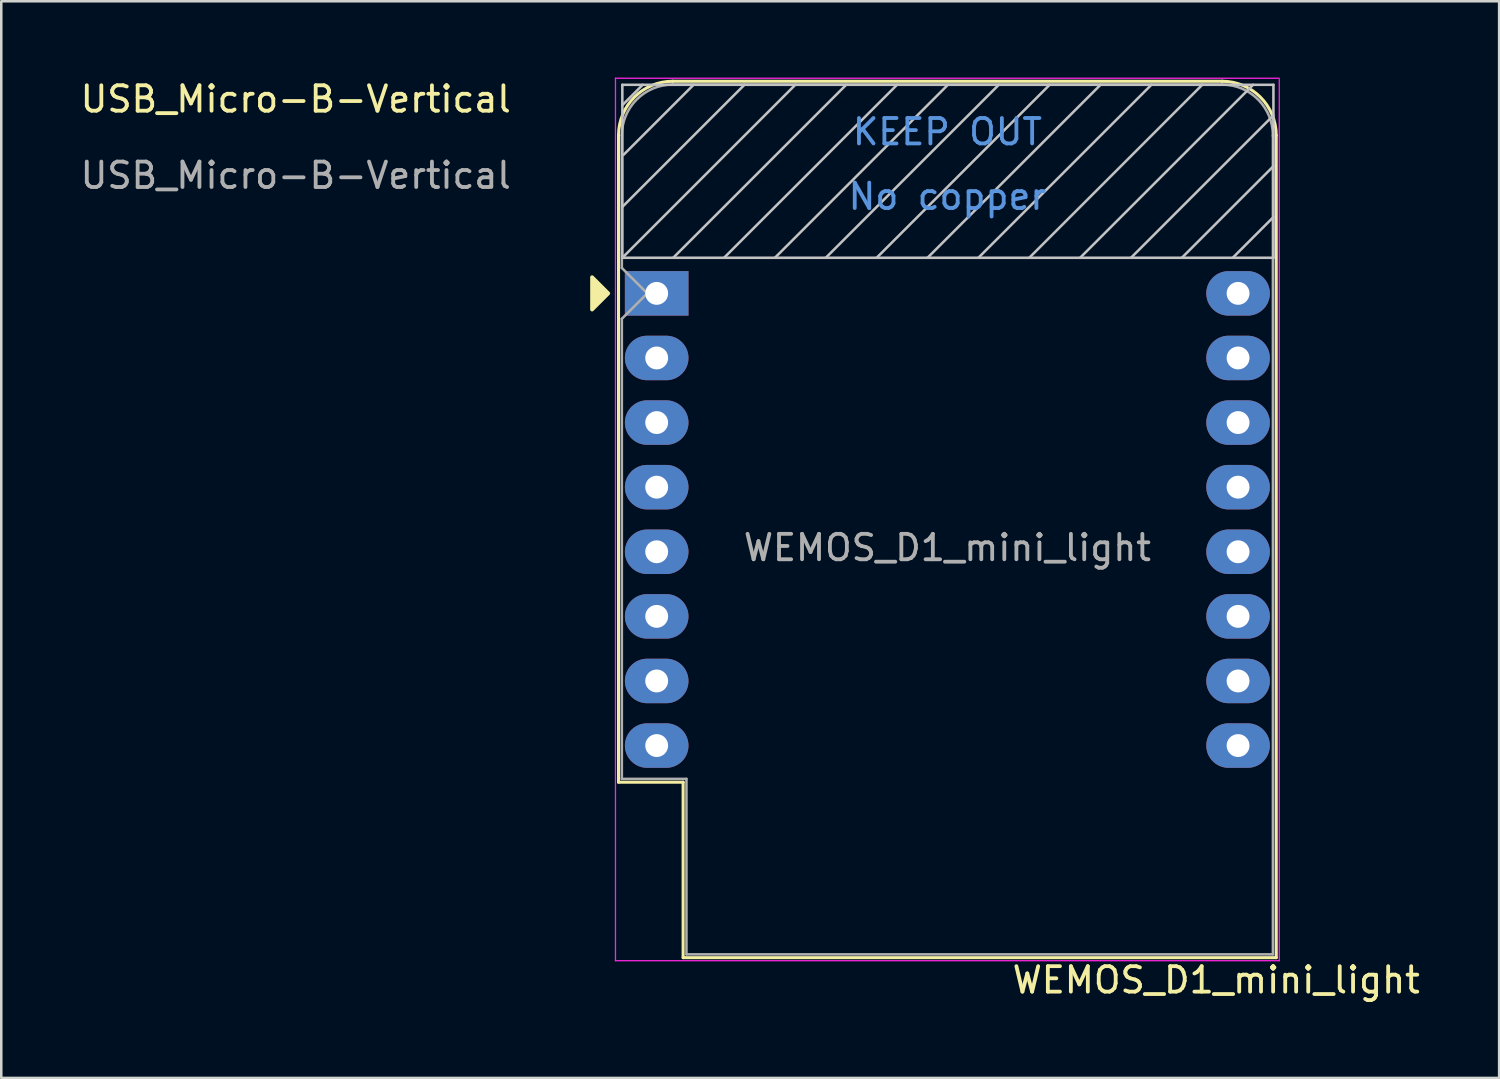
<source format=kicad_pcb>
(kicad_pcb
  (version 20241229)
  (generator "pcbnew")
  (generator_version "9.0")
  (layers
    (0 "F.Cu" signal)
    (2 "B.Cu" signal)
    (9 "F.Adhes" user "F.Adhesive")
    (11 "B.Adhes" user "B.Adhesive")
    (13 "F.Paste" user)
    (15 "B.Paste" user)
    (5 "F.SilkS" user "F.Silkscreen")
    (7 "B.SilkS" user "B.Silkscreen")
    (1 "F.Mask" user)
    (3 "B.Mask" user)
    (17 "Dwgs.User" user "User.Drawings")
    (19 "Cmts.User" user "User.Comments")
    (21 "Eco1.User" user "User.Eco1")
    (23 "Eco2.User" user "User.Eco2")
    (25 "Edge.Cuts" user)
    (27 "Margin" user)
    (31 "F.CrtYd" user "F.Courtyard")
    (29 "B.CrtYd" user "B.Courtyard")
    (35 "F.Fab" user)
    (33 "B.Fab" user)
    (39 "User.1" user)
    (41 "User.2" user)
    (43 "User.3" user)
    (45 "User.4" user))
  (footprint "USB_Micro-B-Vertical"
    (layer "F.Cu")
    (at 8.577 1.348)
    (property "Reference" "USB_Micro-B-Vertical" (at 0 -0.5 0) (unlocked yes) (layer "F.SilkS") (effects (font (size 1 1) (thickness 0.15))))
    (attr smd)
    (fp_text user "${REFERENCE}" (at 0 2.5 0) (unlocked yes) (layer "F.Fab") (effects (font (size 1 1) (thickness 0.15)))))
  (footprint "WEMOS_D1_mini_light"
    (layer "F.Cu")
    (at 22.77 8.485)
    (property "Reference" "WEMOS_D1_mini_light" (at 22 27 0) (layer "F.SilkS") (effects (font (size 1 1) (thickness 0.15))))
    (attr through_hole)
    (fp_line (start -1.5 19.22) (end -1.5 -6.21) (stroke (width 0.12) (type solid)) (layer "F.SilkS"))
    (fp_line (start -1.5 19.22) (end 1.04 19.22) (stroke (width 0.12) (type solid)) (layer "F.SilkS"))
    (fp_line (start 1.04 19.22) (end 1.04 26.12) (stroke (width 0.12) (type solid)) (layer "F.SilkS"))
    (fp_line (start 1.04 26.12) (end 24.36 26.12) (stroke (width 0.12) (type solid)) (layer "F.SilkS"))
    (fp_line (start 22.24 -8.34) (end 0.63 -8.34) (stroke (width 0.12) (type solid)) (layer "F.SilkS"))
    (fp_line (start 24.36 26.12) (end 24.36 -6.21) (stroke (width 0.12) (type solid)) (layer "F.SilkS"))
    (fp_arc (start -1.5 -6.21) (mid -0.876137 -7.716137) (end 0.63 -8.34) (stroke (width 0.12) (type solid)) (layer "F.SilkS"))
    (fp_arc (start 22.23 -8.34) (mid 23.736137 -7.716137) (end 24.36 -6.21) (stroke (width 0.12) (type solid)) (layer "F.SilkS"))
    (fp_poly (pts (xy -2.54 -0.635) (xy -2.54 0.635) (xy -1.905 0)) (stroke (width 0.15) (type solid)) (fill yes) (layer "F.SilkS"))
    (fp_line (start -1.35 -8.2) (end -1.35 -1.4) (stroke (width 0.1) (type solid)) (layer "Dwgs.User"))
    (fp_line (start -1.35 -7.4) (end -0.55 -8.2) (stroke (width 0.1) (type solid)) (layer "Dwgs.User"))
    (fp_line (start -1.35 -3.4) (end 3.45 -8.2) (stroke (width 0.1) (type solid)) (layer "Dwgs.User"))
    (fp_line (start -1.35 -1.4) (end 5.45 -8.2) (stroke (width 0.1) (type solid)) (layer "Dwgs.User"))
    (fp_line (start -1.35 -1.4) (end 24.25 -1.4) (stroke (width 0.1) (type solid)) (layer "Dwgs.User"))
    (fp_line (start -1.3 -5.45) (end 1.45 -8.2) (stroke (width 0.1) (type solid)) (layer "Dwgs.User"))
    (fp_line (start 0.65 -1.4) (end 7.45 -8.2) (stroke (width 0.1) (type solid)) (layer "Dwgs.User"))
    (fp_line (start 2.65 -1.4) (end 9.45 -8.2) (stroke (width 0.1) (type solid)) (layer "Dwgs.User"))
    (fp_line (start 4.65 -1.4) (end 11.45 -8.2) (stroke (width 0.1) (type solid)) (layer "Dwgs.User"))
    (fp_line (start 6.65 -1.4) (end 13.45 -8.2) (stroke (width 0.1) (type solid)) (layer "Dwgs.User"))
    (fp_line (start 8.65 -1.4) (end 15.45 -8.2) (stroke (width 0.1) (type solid)) (layer "Dwgs.User"))
    (fp_line (start 10.65 -1.4) (end 17.45 -8.2) (stroke (width 0.1) (type solid)) (layer "Dwgs.User"))
    (fp_line (start 12.65 -1.4) (end 19.45 -8.2) (stroke (width 0.1) (type solid)) (layer "Dwgs.User"))
    (fp_line (start 14.65 -1.4) (end 21.45 -8.2) (stroke (width 0.1) (type solid)) (layer "Dwgs.User"))
    (fp_line (start 16.65 -1.4) (end 23.45 -8.2) (stroke (width 0.1) (type solid)) (layer "Dwgs.User"))
    (fp_line (start 18.65 -1.4) (end 24.25 -7) (stroke (width 0.1) (type solid)) (layer "Dwgs.User"))
    (fp_line (start 20.65 -1.4) (end 24.25 -5) (stroke (width 0.1) (type solid)) (layer "Dwgs.User"))
    (fp_line (start 22.65 -1.4) (end 24.25 -3) (stroke (width 0.1) (type solid)) (layer "Dwgs.User"))
    (fp_line (start 24.25 -8.2) (end -1.35 -8.2) (stroke (width 0.1) (type solid)) (layer "Dwgs.User"))
    (fp_line (start 24.25 -1.4) (end 24.25 -8.2) (stroke (width 0.1) (type solid)) (layer "Dwgs.User"))
    (fp_line (start -1.62 -8.46) (end 24.48 -8.46) (stroke (width 0.05) (type solid)) (layer "F.CrtYd"))
    (fp_line (start -1.62 26.24) (end -1.62 -8.46) (stroke (width 0.05) (type solid)) (layer "F.CrtYd"))
    (fp_line (start 24.48 -8.41) (end 24.48 26.24) (stroke (width 0.05) (type solid)) (layer "F.CrtYd"))
    (fp_line (start 24.48 26.24) (end -1.62 26.24) (stroke (width 0.05) (type solid)) (layer "F.CrtYd"))
    (fp_line (start -1.37 -6.21) (end -1.37 -1) (stroke (width 0.1) (type solid)) (layer "F.Fab"))
    (fp_line (start -1.37 1) (end -1.37 19.09) (stroke (width 0.1) (type solid)) (layer "F.Fab"))
    (fp_line (start -1.37 1) (end -0.37 0) (stroke (width 0.1) (type solid)) (layer "F.Fab"))
    (fp_line (start -1.37 19.09) (end 1.17 19.09) (stroke (width 0.1) (type solid)) (layer "F.Fab"))
    (fp_line (start -0.37 0) (end -1.37 -1) (stroke (width 0.1) (type solid)) (layer "F.Fab"))
    (fp_line (start 1.17 19.09) (end 1.17 25.99) (stroke (width 0.1) (type solid)) (layer "F.Fab"))
    (fp_line (start 1.17 25.99) (end 24.23 25.99) (stroke (width 0.1) (type solid)) (layer "F.Fab"))
    (fp_line (start 22.23 -8.21) (end 0.63 -8.21) (stroke (width 0.1) (type solid)) (layer "F.Fab"))
    (fp_line (start 24.23 25.99) (end 24.23 -6.21) (stroke (width 0.1) (type solid)) (layer "F.Fab"))
    (fp_arc (start -1.37 -6.21) (mid -0.784214 -7.624214) (end 0.63 -8.21) (stroke (width 0.1) (type solid)) (layer "F.Fab"))
    (fp_arc (start 22.25 -8.21) (mid 23.658356 -7.610071) (end 24.23 -6.19) (stroke (width 0.1) (type solid)) (layer "F.Fab"))
    (fp_text user "No copper" (at 11.43 -3.81 0) (layer "Cmts.User") (effects (font (size 1 1) (thickness 0.15))))
    (fp_text user "KEEP OUT" (at 11.43 -6.35 0) (layer "Cmts.User") (effects (font (size 1 1) (thickness 0.15))))
    (fp_text user "${REFERENCE}" (at 11.43 10 0) (layer "F.Fab") (effects (font (size 1 1) (thickness 0.15))))
    (pad "1" thru_hole rect (at 0 0) (size 2.5 1.75) (drill 0.9) (layers "*.Cu" "*.Mask"))
    (pad "2" thru_hole oval (at 0 2.54) (size 2.5 1.75) (drill 0.9) (layers "*.Cu" "*.Mask"))
    (pad "3" thru_hole oval (at 0 5.08) (size 2.5 1.75) (drill 0.9) (layers "*.Cu" "*.Mask"))
    (pad "4" thru_hole oval (at 0 7.62) (size 2.5 1.75) (drill 0.9) (layers "*.Cu" "*.Mask"))
    (pad "5" thru_hole oval (at 0 10.16) (size 2.5 1.75) (drill 0.9) (layers "*.Cu" "*.Mask"))
    (pad "6" thru_hole oval (at 0 12.7) (size 2.5 1.75) (drill 0.9) (layers "*.Cu" "*.Mask"))
    (pad "7" thru_hole oval (at 0 15.24) (size 2.5 1.75) (drill 0.9) (layers "*.Cu" "*.Mask"))
    (pad "8" thru_hole oval (at 0 17.78) (size 2.5 1.75) (drill 0.9) (layers "*.Cu" "*.Mask"))
    (pad "9" thru_hole oval (at 22.86 17.78) (size 2.5 1.75) (drill 0.9) (layers "*.Cu" "*.Mask"))
    (pad "10" thru_hole oval (at 22.86 15.24) (size 2.5 1.75) (drill 0.9) (layers "*.Cu" "*.Mask"))
    (pad "11" thru_hole oval (at 22.86 12.7) (size 2.5 1.75) (drill 0.9) (layers "*.Cu" "*.Mask"))
    (pad "12" thru_hole oval (at 22.86 10.16) (size 2.5 1.75) (drill 0.9) (layers "*.Cu" "*.Mask"))
    (pad "13" thru_hole oval (at 22.86 7.62) (size 2.5 1.75) (drill 0.9) (layers "*.Cu" "*.Mask"))
    (pad "14" thru_hole oval (at 22.86 5.08) (size 2.5 1.75) (drill 0.9) (layers "*.Cu" "*.Mask"))
    (pad "15" thru_hole oval (at 22.86 2.54) (size 2.5 1.75) (drill 0.9) (layers "*.Cu" "*.Mask"))
    (pad "16" thru_hole oval (at 22.86 0) (size 2.5 1.75) (drill 0.9) (layers "*.Cu" "*.Mask")))
  (gr_rect
    (start -3 -3)
    (end 55.895 39.333)
    (stroke (width 0.1) (type default))
    (fill no)
    (layer "Edge.Cuts")))
</source>
